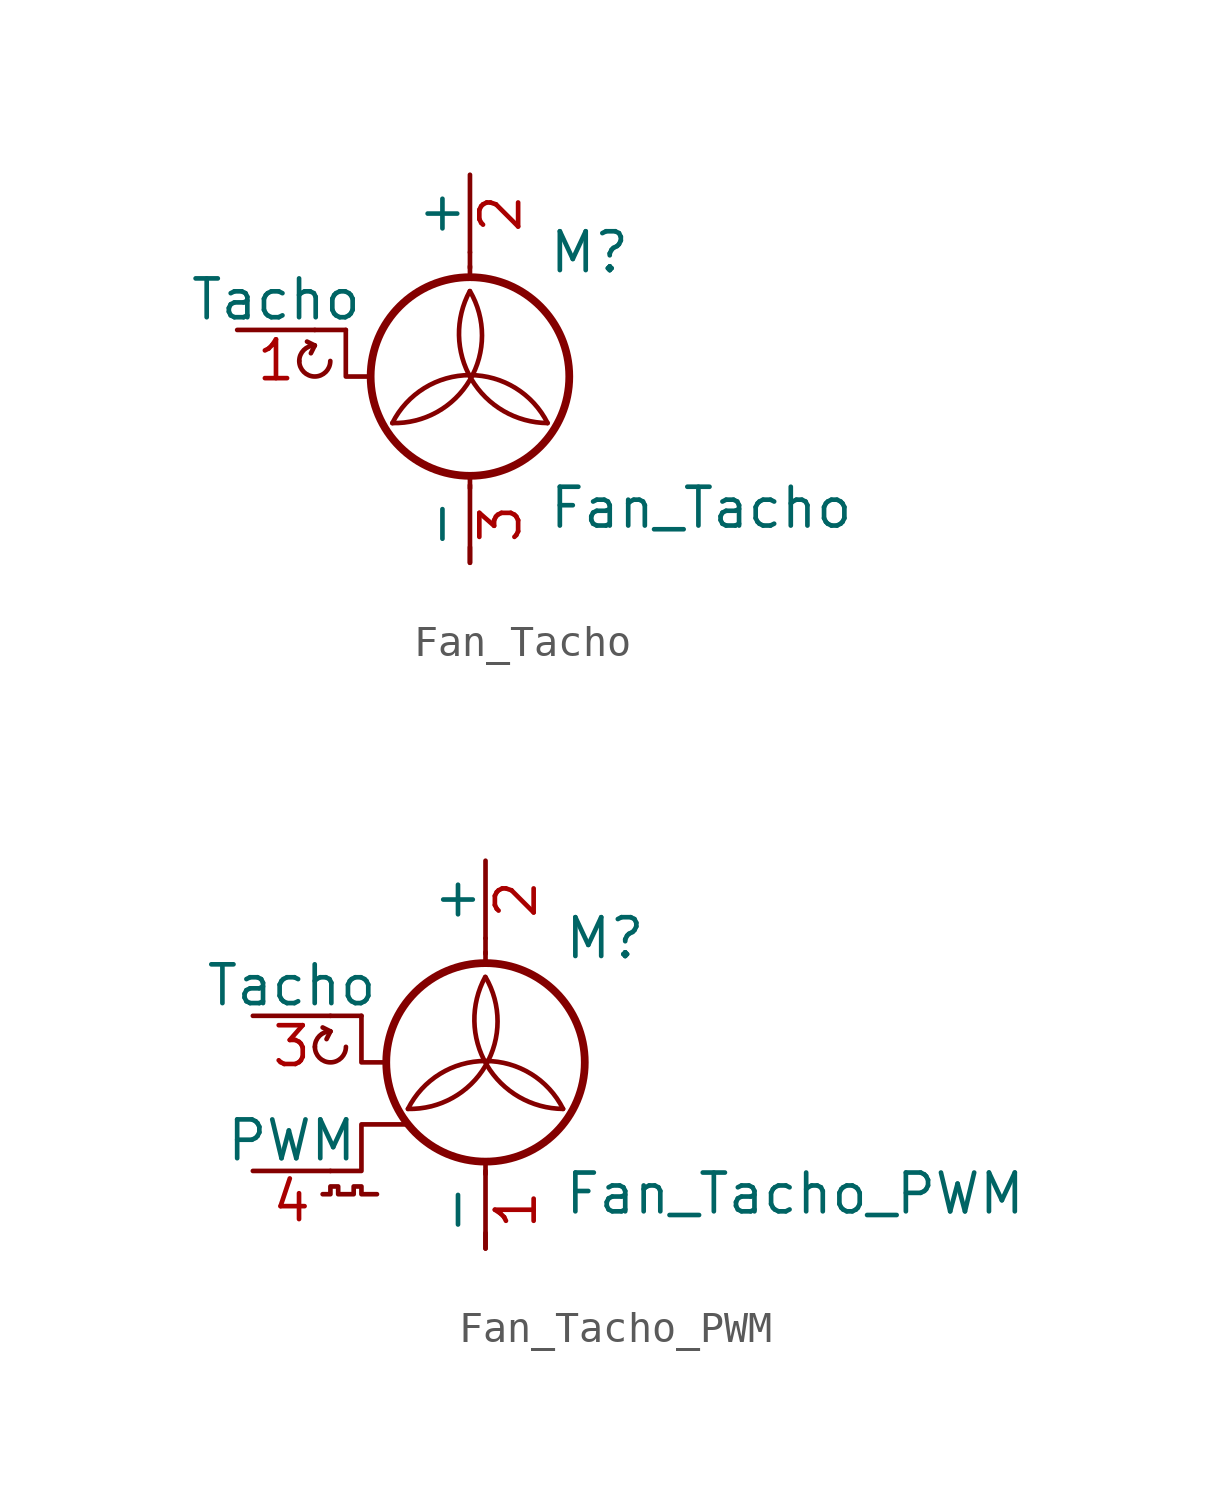
<source format=kicad_sym>
(kicad_symbol_lib
  (version 20211014)
  (generator kicad_symbol_editor)
  (symbol "Fan_Tacho"
    (pin_names
      (offset 0))
    (property "Reference" "M"
      (at 2.54 2.54 0)
      (effects (font (size 1.27 1.27)) (justify left)))
    (property "Value" "Fan_Tacho"
      (at 2.54 -5.08 0)
      (effects (font (size 1.27 1.27)) (justify left top)))
    (symbol "Fan_Tacho_0_0"
      (arc (start -5.588 -1.016) (mid -5.08 -1.524) (end -4.572 -1.016) (stroke (width 0) (type default) (color 0 0 0 0)) (fill (type none)))
      (arc (start -5.08 -0.508) (mid -5.4392 -0.6568) (end -5.588 -1.016) (stroke (width 0) (type default) (color 0 0 0 0)) (fill (type none)))
      (polyline (pts (xy -5.08 -0.508) (xy -5.334 -0.381)) (stroke (width 0) (type default) (color 0 0 0 0)) (fill (type none)))
      (polyline (pts (xy -5.08 -0.508) (xy -5.207 -0.762)) (stroke (width 0) (type default) (color 0 0 0 0)) (fill (type none)))
      (polyline (pts (xy -4.064 0) (xy -4.064 -1.524) (xy -3.302 -1.524)) (stroke (width 0) (type default) (color 0 0 0 0)) (fill (type none))))
    (symbol "Fan_Tacho_0_1"
      (arc (start -2.54 -3.048) (mid -0.0014 -1.6352) (end 0 1.27) (stroke (width 0) (type default) (color 0 0 0 0)) (fill (type none)))
      (circle (center 0 -1.524) (radius 3.251) (stroke (width 0.254) (type default) (color 0 0 0 0)) (fill (type none)))
      (polyline (pts (xy -4.064 0) (xy -5.08 0)) (stroke (width 0) (type default) (color 0 0 0 0)) (fill (type none)))
      (polyline (pts (xy 0 -7.62) (xy 0 -7.112)) (stroke (width 0) (type default) (color 0 0 0 0)) (fill (type none)))
      (polyline (pts (xy 0 -4.775) (xy 0 -5.182)) (stroke (width 0) (type default) (color 0 0 0 0)) (fill (type none)))
      (polyline (pts (xy 0 1.727) (xy 0 2.083)) (stroke (width 0) (type default) (color 0 0 0 0)) (fill (type none)))
      (polyline (pts (xy 0 2.032) (xy 0 2.54)) (stroke (width 0) (type default) (color 0 0 0 0)) (fill (type none)))
      (arc (start 0 1.27) (mid 0.0468 -1.6085) (end 2.54 -3.048) (stroke (width 0) (type default) (color 0 0 0 0)) (fill (type none)))
      (arc (start 2.54 -3.048) (mid 0 -1.4782) (end -2.54 -3.048) (stroke (width 0) (type default) (color 0 0 0 0)) (fill (type none))))
    (symbol "Fan_Tacho_1_1"
      (pin passive line (at -7.62 0 0) (length 2.54) (name "Tacho" (effects (font (size 1.27 1.27)))) (number "1" (effects (font (size 1.27 1.27)))))
      (pin passive line (at 0 5.08 270) (length 2.54) (name "+" (effects (font (size 1.27 1.27)))) (number "2" (effects (font (size 1.27 1.27)))))
      (pin passive line (at 0 -7.62 90) (length 2.54) (name "-" (effects (font (size 1.27 1.27)))) (number "3" (effects (font (size 1.27 1.27)))))))
  (symbol "Fan_Tacho_PWM"
    (pin_names
      (offset 0))
    (property "Reference" "M"
      (at 2.54 5.08 0)
      (effects (font (size 1.27 1.27)) (justify left)))
    (property "Value" "Fan_Tacho_PWM"
      (at 2.54 -2.54 0)
      (effects (font (size 1.27 1.27)) (justify left top)))
    (symbol "Fan_Tacho_PWM_0_0"
      (arc (start -5.588 1.524) (mid -5.08 1.016) (end -4.572 1.524) (stroke (width 0) (type default) (color 0 0 0 0)) (fill (type none)))
      (arc (start -5.08 2.032) (mid -5.4392 1.8832) (end -5.588 1.524) (stroke (width 0) (type default) (color 0 0 0 0)) (fill (type none)))
      (polyline (pts (xy -5.08 2.032) (xy -5.334 2.159)) (stroke (width 0) (type default) (color 0 0 0 0)) (fill (type none)))
      (polyline (pts (xy -5.08 2.032) (xy -5.207 1.778)) (stroke (width 0) (type default) (color 0 0 0 0)) (fill (type none)))
      (polyline (pts (xy -4.064 2.54) (xy -4.064 1.016) (xy -3.302 1.016)) (stroke (width 0) (type default) (color 0 0 0 0)) (fill (type none))))
    (symbol "Fan_Tacho_PWM_0_1"
      (arc (start -2.54 -0.508) (mid -0.0014 0.9048) (end 0 3.81) (stroke (width 0) (type default) (color 0 0 0 0)) (fill (type none)))
      (polyline (pts (xy -4.064 2.54) (xy -5.08 2.54)) (stroke (width 0) (type default) (color 0 0 0 0)) (fill (type none)))
      (polyline (pts (xy 0 -5.08) (xy 0 -4.572)) (stroke (width 0) (type default) (color 0 0 0 0)) (fill (type none)))
      (polyline (pts (xy 0 -2.235) (xy 0 -2.642)) (stroke (width 0) (type default) (color 0 0 0 0)) (fill (type none)))
      (polyline (pts (xy 0 4.267) (xy 0 4.623)) (stroke (width 0) (type default) (color 0 0 0 0)) (fill (type none)))
      (polyline (pts (xy 0 4.572) (xy 0 5.08)) (stroke (width 0) (type default) (color 0 0 0 0)) (fill (type none)))
      (polyline (pts (xy -2.54 -1.016) (xy -4.064 -1.016) (xy -4.064 -2.54) (xy -5.08 -2.54)) (stroke (width 0) (type default) (color 0 0 0 0)) (fill (type none)))
      (polyline (pts (xy -5.334 -3.302) (xy -5.08 -3.302) (xy -5.08 -3.048) (xy -4.826 -3.048) (xy -4.826 -3.302) (xy -4.318 -3.302) (xy -4.318 -3.048) (xy -4.064 -3.048) (xy -4.064 -3.302) (xy -3.556 -3.302)) (stroke (width 0) (type default) (color 0 0 0 0)) (fill (type none)))
      (circle (center 0 1.016) (radius 3.251) (stroke (width 0.254) (type default) (color 0 0 0 0)) (fill (type none)))
      (arc (start 0 3.81) (mid 0.0468 0.9315) (end 2.54 -0.508) (stroke (width 0) (type default) (color 0 0 0 0)) (fill (type none)))
      (arc (start 2.54 -0.508) (mid 0 1.0618) (end -2.54 -0.508) (stroke (width 0) (type default) (color 0 0 0 0)) (fill (type none))))
    (symbol "Fan_Tacho_PWM_1_1"
      (pin passive line (at 0 -5.08 90) (length 2.54) (name "-" (effects (font (size 1.27 1.27)))) (number "1" (effects (font (size 1.27 1.27)))))
      (pin passive line (at 0 7.62 270) (length 2.54) (name "+" (effects (font (size 1.27 1.27)))) (number "2" (effects (font (size 1.27 1.27)))))
      (pin passive line (at -7.62 2.54 0) (length 2.54) (name "Tacho" (effects (font (size 1.27 1.27)))) (number "3" (effects (font (size 1.27 1.27)))))
      (pin input line (at -7.62 -2.54 0) (length 2.54) (name "PWM" (effects (font (size 1.27 1.27)))) (number "4" (effects (font (size 1.27 1.27))))))))
</source>
